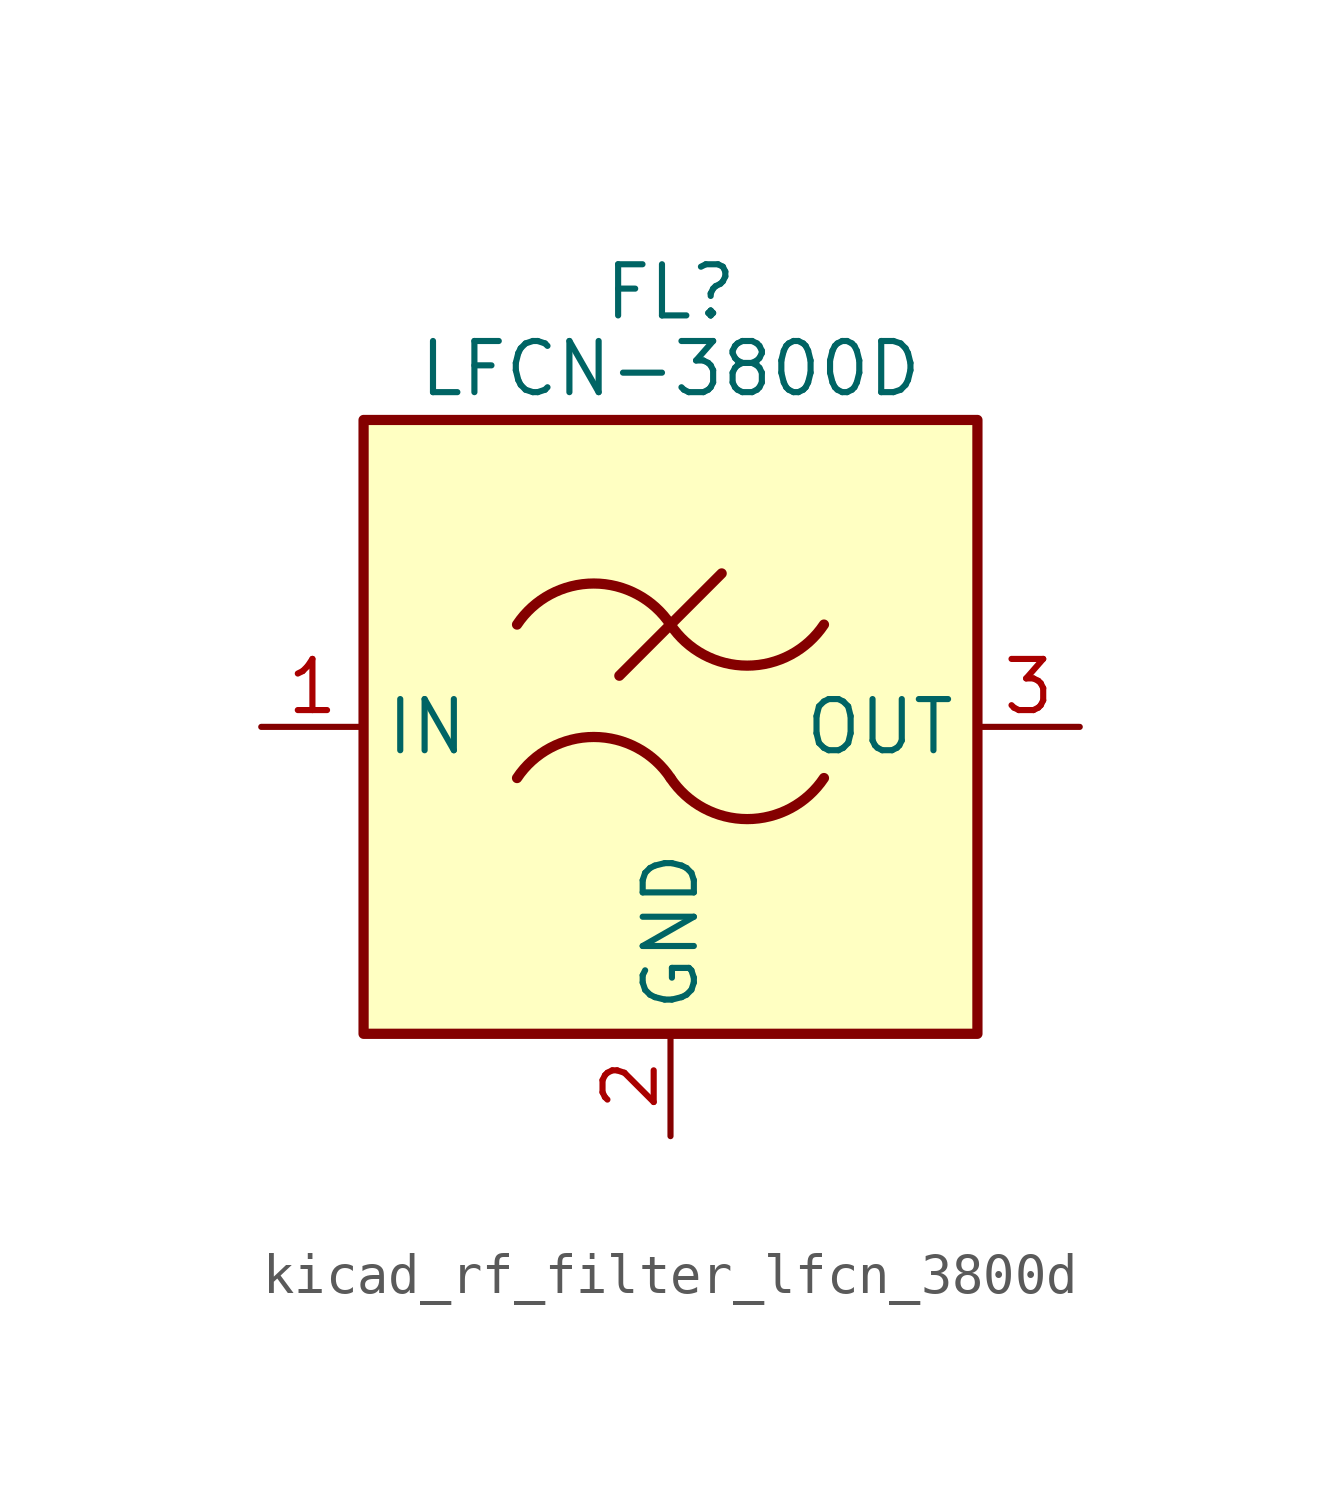
<source format=kicad_sym>
(kicad_symbol_lib
  (version 20220914)
  (generator kicad_symbol_editor)
  (symbol "kicad_rf_filter_lfcn_3800d"
    (property "Reference" "FL"
      (at 0 10.795 0)
      (effects (font (size 1.27 1.27))))
    (property "Value" "LFCN-3800D"
      (at 0 8.89 0)
      (effects (font (size 1.27 1.27))))
    (symbol "kicad_rf_filter_lfcn_3800d_0_1"
      (rectangle (start -7.62 7.62) (end 7.62 -7.62) (stroke (width 0.254) (type default)) (fill (type background)))
      (arc (start 0 -1.27) (mid -1.905 -0.2505) (end -3.81 -1.27) (stroke (width 0.254) (type default)) (fill (type none)))
      (arc (start 0 -1.27) (mid 1.905 -2.2895) (end 3.81 -1.27) (stroke (width 0.254) (type default)) (fill (type none)))
      (polyline (pts (xy -1.27 1.27) (xy 1.27 3.81)) (stroke (width 0.254) (type default)) (fill (type none)))
      (arc (start 0 2.54) (mid -1.905 3.5595) (end -3.81 2.54) (stroke (width 0.254) (type default)) (fill (type none)))
      (arc (start 0 2.54) (mid 1.905 1.5205) (end 3.81 2.54) (stroke (width 0.254) (type default)) (fill (type none))))
    (symbol "kicad_rf_filter_lfcn_3800d_1_1"
      (pin passive line (at -10.16 0 0) (length 2.54) (name "IN" (effects (font (size 1.27 1.27)))) (number "1" (effects (font (size 1.27 1.27)))))
      (pin passive line (at 0 -10.16 90) (length 2.54) (name "GND" (effects (font (size 1.27 1.27)))) (number "2" (effects (font (size 1.27 1.27)))))
      (pin passive line (at 10.16 0 180) (length 2.54) (name "OUT" (effects (font (size 1.27 1.27)))) (number "3" (effects (font (size 1.27 1.27)))))
      (pin passive line (at 0 -10.16 90) (length 2.54) hide (name "GND" (effects (font (size 1.27 1.27)))) (number "4" (effects (font (size 1.27 1.27))))))))
</source>
